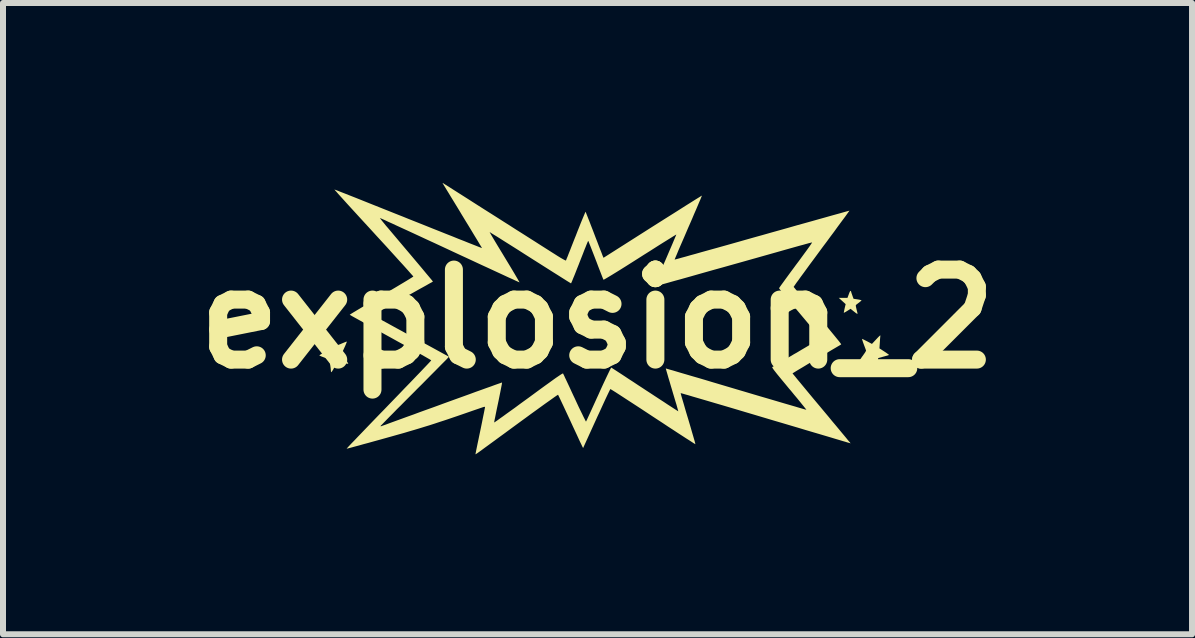
<source format=kicad_pcb>
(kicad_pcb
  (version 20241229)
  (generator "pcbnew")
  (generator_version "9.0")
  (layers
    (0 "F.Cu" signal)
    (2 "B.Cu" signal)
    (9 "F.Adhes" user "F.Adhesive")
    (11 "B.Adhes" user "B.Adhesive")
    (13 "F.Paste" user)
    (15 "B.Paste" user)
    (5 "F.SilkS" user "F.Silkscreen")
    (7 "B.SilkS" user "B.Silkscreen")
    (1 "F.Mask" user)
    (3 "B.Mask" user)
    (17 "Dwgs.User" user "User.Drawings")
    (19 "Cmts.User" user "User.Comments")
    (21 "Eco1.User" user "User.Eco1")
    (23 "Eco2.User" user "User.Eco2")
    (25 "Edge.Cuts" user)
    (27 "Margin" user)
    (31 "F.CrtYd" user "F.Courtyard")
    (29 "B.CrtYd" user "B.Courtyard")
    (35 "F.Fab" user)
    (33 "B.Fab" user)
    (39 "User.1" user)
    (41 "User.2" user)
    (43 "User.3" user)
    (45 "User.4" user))
  (footprint "explosion_2"
    (layer "F.Cu")
    (at 6.907 2.264)
    (property "Reference" "explosion_2" (at 0 0 0) (layer "F.SilkS") (effects (font (size 1.5 1.5) (thickness 0.3))))
    (attr board_only exclude_from_pos_files exclude_from_bom)
    (fp_poly (pts (xy 4.225 -0.458) (xy 4.228 -0.446) (xy 4.234 -0.426) (xy 4.244 -0.398) (xy 4.25 -0.38) (xy 4.267 -0.335) (xy 4.334 -0.325) (xy 4.364 -0.32) (xy 4.387 -0.314) (xy 4.399 -0.31) (xy 4.4 -0.309) (xy 4.394 -0.302) (xy 4.378 -0.288) (xy 4.362 -0.275) (xy 4.338 -0.257) (xy 4.319 -0.242) (xy 4.311 -0.236) (xy 4.306 -0.23) (xy 4.304 -0.219) (xy 4.307 -0.2) (xy 4.314 -0.17) (xy 4.316 -0.16) (xy 4.324 -0.129) (xy 4.33 -0.104) (xy 4.333 -0.09) (xy 4.333 -0.088) (xy 4.33 -0.084) (xy 4.32 -0.088) (xy 4.301 -0.101) (xy 4.272 -0.124) (xy 4.269 -0.126) (xy 4.217 -0.168) (xy 4.162 -0.133) (xy 4.136 -0.117) (xy 4.115 -0.106) (xy 4.105 -0.101) (xy 4.104 -0.101) (xy 4.105 -0.11) (xy 4.109 -0.131) (xy 4.115 -0.161) (xy 4.118 -0.175) (xy 4.135 -0.246) (xy 4.078 -0.298) (xy 4.021 -0.35) (xy 4.093 -0.35) (xy 4.165 -0.35) (xy 4.188 -0.412) (xy 4.201 -0.446) (xy 4.211 -0.464) (xy 4.218 -0.468)) (stroke (width 0) (type solid)) (fill yes) (layer "F.SilkS"))
    (fp_poly (pts (xy 4.714 0.282) (xy 4.713 0.287) (xy 4.711 0.306) (xy 4.708 0.337) (xy 4.706 0.374) (xy 4.704 0.402) (xy 4.698 0.491) (xy 4.778 0.543) (xy 4.81 0.564) (xy 4.835 0.582) (xy 4.852 0.595) (xy 4.858 0.6) (xy 4.851 0.604) (xy 4.83 0.611) (xy 4.8 0.619) (xy 4.768 0.628) (xy 4.678 0.653) (xy 4.663 0.745) (xy 4.654 0.796) (xy 4.648 0.83) (xy 4.641 0.85) (xy 4.634 0.854) (xy 4.625 0.845) (xy 4.612 0.822) (xy 4.595 0.786) (xy 4.591 0.777) (xy 4.573 0.738) (xy 4.559 0.711) (xy 4.546 0.694) (xy 4.53 0.687) (xy 4.508 0.686) (xy 4.476 0.689) (xy 4.438 0.695) (xy 4.404 0.7) (xy 4.378 0.703) (xy 4.362 0.704) (xy 4.36 0.704) (xy 4.363 0.697) (xy 4.375 0.679) (xy 4.393 0.653) (xy 4.415 0.621) (xy 4.416 0.621) (xy 4.439 0.588) (xy 4.458 0.561) (xy 4.47 0.54) (xy 4.475 0.53) (xy 4.472 0.519) (xy 4.464 0.496) (xy 4.452 0.464) (xy 4.438 0.427) (xy 4.425 0.391) (xy 4.415 0.361) (xy 4.409 0.341) (xy 4.409 0.333) (xy 4.409 0.333) (xy 4.419 0.337) (xy 4.44 0.347) (xy 4.469 0.362) (xy 4.495 0.375) (xy 4.573 0.417) (xy 4.645 0.34) (xy 4.675 0.308) (xy 4.695 0.288) (xy 4.707 0.278) (xy 4.713 0.276)) (stroke (width 0) (type solid)) (fill yes) (layer "F.SilkS"))
    (fp_poly (pts (xy -4.469 0.298) (xy -4.454 0.315) (xy -4.434 0.34) (xy -4.412 0.367) (xy -4.388 0.397) (xy -4.367 0.421) (xy -4.352 0.437) (xy -4.344 0.442) (xy -4.333 0.438) (xy -4.31 0.43) (xy -4.279 0.418) (xy -4.257 0.408) (xy -4.225 0.395) (xy -4.198 0.384) (xy -4.182 0.379) (xy -4.177 0.378) (xy -4.179 0.387) (xy -4.187 0.407) (xy -4.199 0.437) (xy -4.215 0.473) (xy -4.217 0.477) (xy -4.26 0.572) (xy -4.205 0.658) (xy -4.184 0.692) (xy -4.168 0.719) (xy -4.157 0.739) (xy -4.153 0.748) (xy -4.153 0.748) (xy -4.162 0.748) (xy -4.184 0.744) (xy -4.215 0.738) (xy -4.242 0.733) (xy -4.278 0.725) (xy -4.304 0.72) (xy -4.322 0.721) (xy -4.336 0.728) (xy -4.349 0.744) (xy -4.365 0.771) (xy -4.386 0.81) (xy -4.388 0.814) (xy -4.41 0.853) (xy -4.426 0.877) (xy -4.436 0.888) (xy -4.441 0.886) (xy -4.442 0.878) (xy -4.444 0.852) (xy -4.447 0.819) (xy -4.452 0.782) (xy -4.457 0.746) (xy -4.462 0.713) (xy -4.467 0.689) (xy -4.471 0.677) (xy -4.471 0.676) (xy -4.482 0.671) (xy -4.505 0.661) (xy -4.536 0.65) (xy -4.56 0.641) (xy -4.593 0.629) (xy -4.618 0.618) (xy -4.633 0.61) (xy -4.635 0.606) (xy -4.625 0.6) (xy -4.605 0.587) (xy -4.576 0.569) (xy -4.554 0.556) (xy -4.479 0.512) (xy -4.481 0.402) (xy -4.481 0.361) (xy -4.48 0.327) (xy -4.479 0.303) (xy -4.477 0.292) (xy -4.476 0.292)) (stroke (width 0) (type solid)) (fill yes) (layer "F.SilkS"))
    (fp_poly (pts (xy -2.567 -2.258) (xy -2.565 -2.256) (xy -2.555 -2.25) (xy -2.533 -2.236) (xy -2.498 -2.214) (xy -2.452 -2.185) (xy -2.396 -2.149) (xy -2.33 -2.107) (xy -2.256 -2.06) (xy -2.174 -2.008) (xy -2.085 -1.951) (xy -1.991 -1.891) (xy -1.892 -1.828) (xy -1.789 -1.763) (xy -1.683 -1.696) (xy -1.575 -1.627) (xy -1.466 -1.558) (xy -1.357 -1.488) (xy -1.249 -1.42) (xy -1.142 -1.352) (xy -1.038 -1.286) (xy -0.938 -1.222) (xy -0.842 -1.161) (xy -0.751 -1.103) (xy -0.722 -1.085) (xy -0.664 -1.048) (xy -0.615 -1.018) (xy -0.575 -0.995) (xy -0.547 -0.98) (xy -0.53 -0.973) (xy -0.526 -0.973) (xy -0.522 -0.982) (xy -0.513 -1.006) (xy -0.498 -1.041) (xy -0.48 -1.088) (xy -0.457 -1.145) (xy -0.432 -1.21) (xy -0.404 -1.281) (xy -0.374 -1.357) (xy -0.362 -1.386) (xy -0.332 -1.464) (xy -0.303 -1.536) (xy -0.277 -1.602) (xy -0.253 -1.66) (xy -0.233 -1.708) (xy -0.217 -1.746) (xy -0.206 -1.772) (xy -0.2 -1.784) (xy -0.199 -1.785) (xy -0.195 -1.776) (xy -0.186 -1.753) (xy -0.172 -1.718) (xy -0.154 -1.672) (xy -0.132 -1.617) (xy -0.108 -1.554) (xy -0.081 -1.485) (xy -0.058 -1.425) (xy -0.03 -1.351) (xy -0.003 -1.282) (xy 0.021 -1.218) (xy 0.043 -1.161) (xy 0.062 -1.114) (xy 0.076 -1.077) (xy 0.085 -1.053) (xy 0.089 -1.044) (xy 0.1 -1.018) (xy 0.918 -1.538) (xy 1.024 -1.605) (xy 1.127 -1.67) (xy 1.224 -1.731) (xy 1.316 -1.789) (xy 1.401 -1.843) (xy 1.478 -1.892) (xy 1.547 -1.935) (xy 1.607 -1.973) (xy 1.657 -2.004) (xy 1.696 -2.028) (xy 1.723 -2.045) (xy 1.738 -2.054) (xy 1.74 -2.055) (xy 1.737 -2.047) (xy 1.728 -2.025) (xy 1.714 -1.99) (xy 1.694 -1.944) (xy 1.67 -1.887) (xy 1.642 -1.821) (xy 1.61 -1.748) (xy 1.576 -1.667) (xy 1.539 -1.582) (xy 1.512 -1.521) (xy 1.474 -1.432) (xy 1.438 -1.348) (xy 1.404 -1.27) (xy 1.373 -1.199) (xy 1.346 -1.136) (xy 1.324 -1.082) (xy 1.306 -1.04) (xy 1.293 -1.009) (xy 1.286 -0.991) (xy 1.285 -0.988) (xy 1.293 -0.99) (xy 1.316 -0.996) (xy 1.354 -1.006) (xy 1.406 -1.021) (xy 1.47 -1.038) (xy 1.546 -1.06) (xy 1.634 -1.084) (xy 1.732 -1.112) (xy 1.84 -1.142) (xy 1.956 -1.174) (xy 2.081 -1.209) (xy 2.213 -1.246) (xy 2.351 -1.285) (xy 2.495 -1.326) (xy 2.644 -1.368) (xy 2.742 -1.395) (xy 2.893 -1.438) (xy 3.04 -1.479) (xy 3.182 -1.519) (xy 3.318 -1.558) (xy 3.448 -1.594) (xy 3.57 -1.628) (xy 3.683 -1.66) (xy 3.787 -1.689) (xy 3.882 -1.716) (xy 3.965 -1.739) (xy 4.038 -1.759) (xy 4.097 -1.776) (xy 4.144 -1.789) (xy 4.177 -1.798) (xy 4.195 -1.803) (xy 4.198 -1.804) (xy 4.194 -1.797) (xy 4.18 -1.778) (xy 4.158 -1.747) (xy 4.128 -1.705) (xy 4.09 -1.654) (xy 4.046 -1.595) (xy 3.996 -1.527) (xy 3.942 -1.452) (xy 3.882 -1.372) (xy 3.819 -1.286) (xy 3.752 -1.197) (xy 3.733 -1.171) (xy 3.666 -1.08) (xy 3.602 -0.993) (xy 3.541 -0.911) (xy 3.485 -0.834) (xy 3.434 -0.764) (xy 3.388 -0.702) (xy 3.349 -0.647) (xy 3.316 -0.603) (xy 3.292 -0.568) (xy 3.276 -0.545) (xy 3.269 -0.534) (xy 3.268 -0.533) (xy 3.274 -0.526) (xy 3.29 -0.507) (xy 3.314 -0.477) (xy 3.347 -0.438) (xy 3.387 -0.39) (xy 3.434 -0.334) (xy 3.487 -0.272) (xy 3.544 -0.203) (xy 3.605 -0.131) (xy 3.67 -0.054) (xy 3.734 0.022) (xy 3.795 0.095) (xy 3.852 0.163) (xy 3.903 0.225) (xy 3.949 0.281) (xy 3.988 0.329) (xy 4.02 0.368) (xy 4.043 0.398) (xy 4.057 0.417) (xy 4.061 0.424) (xy 4.061 0.424) (xy 4.053 0.43) (xy 4.032 0.443) (xy 3.999 0.462) (xy 3.955 0.488) (xy 3.902 0.519) (xy 3.842 0.555) (xy 3.775 0.595) (xy 3.703 0.637) (xy 3.652 0.667) (xy 3.578 0.711) (xy 3.507 0.752) (xy 3.443 0.791) (xy 3.386 0.825) (xy 3.337 0.854) (xy 3.298 0.878) (xy 3.27 0.895) (xy 3.253 0.906) (xy 3.25 0.908) (xy 3.255 0.915) (xy 3.271 0.934) (xy 3.295 0.963) (xy 3.327 1.003) (xy 3.368 1.052) (xy 3.415 1.109) (xy 3.468 1.173) (xy 3.526 1.243) (xy 3.589 1.319) (xy 3.656 1.399) (xy 3.709 1.462) (xy 3.779 1.546) (xy 3.846 1.626) (xy 3.909 1.703) (xy 3.969 1.774) (xy 4.023 1.839) (xy 4.071 1.897) (xy 4.112 1.946) (xy 4.146 1.987) (xy 4.171 2.018) (xy 4.187 2.037) (xy 4.193 2.043) (xy 4.218 2.074) (xy 4.173 2.061) (xy 4.161 2.058) (xy 4.133 2.049) (xy 4.091 2.037) (xy 4.035 2.02) (xy 3.967 2) (xy 3.888 1.976) (xy 3.797 1.949) (xy 3.696 1.919) (xy 3.587 1.887) (xy 3.469 1.852) (xy 3.343 1.814) (xy 3.211 1.775) (xy 3.073 1.734) (xy 2.93 1.692) (xy 2.783 1.648) (xy 2.759 1.641) (xy 2.612 1.597) (xy 2.47 1.555) (xy 2.333 1.514) (xy 2.202 1.475) (xy 2.077 1.438) (xy 1.96 1.404) (xy 1.852 1.372) (xy 1.753 1.343) (xy 1.664 1.317) (xy 1.585 1.294) (xy 1.519 1.274) (xy 1.465 1.259) (xy 1.424 1.247) (xy 1.398 1.24) (xy 1.386 1.237) (xy 1.386 1.237) (xy 1.387 1.245) (xy 1.393 1.268) (xy 1.403 1.304) (xy 1.417 1.351) (xy 1.434 1.408) (xy 1.453 1.474) (xy 1.474 1.547) (xy 1.498 1.626) (xy 1.509 1.662) (xy 1.533 1.743) (xy 1.555 1.818) (xy 1.575 1.888) (xy 1.593 1.949) (xy 1.608 2.001) (xy 1.62 2.042) (xy 1.627 2.071) (xy 1.631 2.086) (xy 1.631 2.088) (xy 1.624 2.084) (xy 1.603 2.072) (xy 1.571 2.051) (xy 1.528 2.023) (xy 1.474 1.989) (xy 1.411 1.948) (xy 1.34 1.902) (xy 1.261 1.85) (xy 1.176 1.795) (xy 1.086 1.735) (xy 0.991 1.673) (xy 0.924 1.629) (xy 0.827 1.565) (xy 0.733 1.503) (xy 0.644 1.445) (xy 0.561 1.391) (xy 0.484 1.341) (xy 0.415 1.296) (xy 0.355 1.257) (xy 0.304 1.224) (xy 0.264 1.199) (xy 0.235 1.181) (xy 0.218 1.171) (xy 0.214 1.169) (xy 0.21 1.177) (xy 0.199 1.198) (xy 0.182 1.233) (xy 0.16 1.279) (xy 0.134 1.334) (xy 0.104 1.399) (xy 0.071 1.471) (xy 0.035 1.55) (xy -0.004 1.633) (xy -0.017 1.662) (xy -0.24 2.152) (xy -0.257 2.12) (xy -0.263 2.106) (xy -0.276 2.079) (xy -0.295 2.04) (xy -0.318 1.99) (xy -0.345 1.931) (xy -0.376 1.865) (xy -0.41 1.792) (xy -0.445 1.716) (xy -0.462 1.679) (xy -0.498 1.602) (xy -0.532 1.529) (xy -0.563 1.462) (xy -0.591 1.403) (xy -0.615 1.352) (xy -0.634 1.312) (xy -0.648 1.283) (xy -0.656 1.267) (xy -0.658 1.264) (xy -0.665 1.268) (xy -0.685 1.281) (xy -0.717 1.303) (xy -0.759 1.333) (xy -0.811 1.37) (xy -0.872 1.413) (xy -0.941 1.463) (xy -1.017 1.518) (xy -1.099 1.577) (xy -1.186 1.641) (xy -1.278 1.708) (xy -1.338 1.752) (xy -1.45 1.834) (xy -1.549 1.907) (xy -1.637 1.971) (xy -1.713 2.027) (xy -1.779 2.075) (xy -1.835 2.116) (xy -1.882 2.15) (xy -1.921 2.179) (xy -1.953 2.202) (xy -1.978 2.22) (xy -1.997 2.234) (xy -2.012 2.244) (xy -2.022 2.25) (xy -2.028 2.254) (xy -2.032 2.256) (xy -2.033 2.256) (xy -2.034 2.255) (xy -2.033 2.253) (xy -2.033 2.253) (xy -2.032 2.244) (xy -2.027 2.22) (xy -2.02 2.183) (xy -2.01 2.134) (xy -1.998 2.076) (xy -1.984 2.01) (xy -1.969 1.937) (xy -1.954 1.866) (xy -1.938 1.788) (xy -1.923 1.715) (xy -1.91 1.649) (xy -1.898 1.591) (xy -1.888 1.542) (xy -1.881 1.505) (xy -1.876 1.481) (xy -1.875 1.472) (xy -1.877 1.466) (xy -1.886 1.465) (xy -1.904 1.47) (xy -1.931 1.479) (xy -2.077 1.529) (xy -2.209 1.575) (xy -2.328 1.616) (xy -2.437 1.653) (xy -2.537 1.687) (xy -2.63 1.717) (xy -2.717 1.746) (xy -2.801 1.773) (xy -2.883 1.798) (xy -2.964 1.823) (xy -3.047 1.848) (xy -3.133 1.873) (xy -3.223 1.9) (xy -3.32 1.927) (xy -3.426 1.957) (xy -3.537 1.988) (xy -3.637 2.016) (xy -3.732 2.042) (xy -3.821 2.067) (xy -3.904 2.089) (xy -3.977 2.11) (xy -4.042 2.127) (xy -4.096 2.142) (xy -4.137 2.153) (xy -4.166 2.16) (xy -4.18 2.163) (xy -4.181 2.163) (xy -4.176 2.157) (xy -4.16 2.139) (xy -4.134 2.111) (xy -4.098 2.073) (xy -4.053 2.027) (xy -4 1.971) (xy -3.94 1.909) (xy -3.873 1.839) (xy -3.8 1.763) (xy -3.722 1.682) (xy -3.639 1.596) (xy -3.552 1.507) (xy -3.478 1.43) (xy -3.388 1.337) (xy -3.302 1.248) (xy -3.22 1.162) (xy -3.142 1.082) (xy -3.07 1.007) (xy -3.004 0.938) (xy -2.944 0.876) (xy -2.893 0.822) (xy -2.849 0.776) (xy -2.814 0.739) (xy -2.789 0.712) (xy -2.775 0.696) (xy -2.771 0.691) (xy -2.778 0.686) (xy -2.799 0.673) (xy -2.832 0.654) (xy -2.877 0.628) (xy -2.932 0.597) (xy -2.997 0.56) (xy -3.071 0.519) (xy -3.152 0.474) (xy -3.24 0.425) (xy -3.333 0.374) (xy -3.43 0.32) (xy -3.45 0.309) (xy -3.548 0.255) (xy -3.642 0.203) (xy -3.731 0.154) (xy -3.813 0.108) (xy -3.888 0.067) (xy -3.955 0.029) (xy -4.013 -0.003) (xy -4.06 -0.029) (xy -4.096 -0.049) (xy -4.11 -0.058) (xy -3.736 -0.058) (xy -3.728 -0.053) (xy -3.706 -0.041) (xy -3.672 -0.022) (xy -3.626 0.003) (xy -3.57 0.034) (xy -3.505 0.069) (xy -3.431 0.11) (xy -3.351 0.154) (xy -3.264 0.201) (xy -3.173 0.251) (xy -3.104 0.288) (xy -3.01 0.339) (xy -2.92 0.388) (xy -2.835 0.434) (xy -2.756 0.477) (xy -2.685 0.516) (xy -2.623 0.55) (xy -2.57 0.579) (xy -2.528 0.602) (xy -2.497 0.619) (xy -2.48 0.628) (xy -2.475 0.631) (xy -2.481 0.637) (xy -2.497 0.654) (xy -2.523 0.682) (xy -2.559 0.718) (xy -2.604 0.763) (xy -2.656 0.816) (xy -2.715 0.876) (xy -2.781 0.942) (xy -2.852 1.014) (xy -2.927 1.09) (xy -3.007 1.169) (xy -3.044 1.207) (xy -3.125 1.288) (xy -3.203 1.366) (xy -3.276 1.44) (xy -3.345 1.508) (xy -3.407 1.572) (xy -3.463 1.628) (xy -3.512 1.678) (xy -3.552 1.719) (xy -3.583 1.751) (xy -3.605 1.773) (xy -3.616 1.785) (xy -3.617 1.786) (xy -3.61 1.79) (xy -3.602 1.788) (xy -3.593 1.784) (xy -3.568 1.775) (xy -3.53 1.762) (xy -3.48 1.743) (xy -3.417 1.72) (xy -3.343 1.693) (xy -3.26 1.663) (xy -3.167 1.629) (xy -3.066 1.593) (xy -2.959 1.553) (xy -2.845 1.512) (xy -2.725 1.469) (xy -2.602 1.424) (xy -2.592 1.42) (xy -2.468 1.375) (xy -2.349 1.332) (xy -2.235 1.291) (xy -2.127 1.252) (xy -2.027 1.215) (xy -1.934 1.182) (xy -1.851 1.152) (xy -1.777 1.126) (xy -1.715 1.103) (xy -1.664 1.085) (xy -1.626 1.072) (xy -1.601 1.063) (xy -1.591 1.06) (xy -1.591 1.06) (xy -1.592 1.069) (xy -1.595 1.092) (xy -1.602 1.127) (xy -1.611 1.174) (xy -1.622 1.23) (xy -1.635 1.294) (xy -1.649 1.364) (xy -1.655 1.392) (xy -1.67 1.463) (xy -1.684 1.53) (xy -1.696 1.59) (xy -1.706 1.641) (xy -1.715 1.682) (xy -1.72 1.711) (xy -1.722 1.726) (xy -1.723 1.727) (xy -1.716 1.723) (xy -1.696 1.71) (xy -1.666 1.689) (xy -1.625 1.659) (xy -1.574 1.623) (xy -1.515 1.58) (xy -1.448 1.532) (xy -1.374 1.479) (xy -1.296 1.421) (xy -1.212 1.36) (xy -1.151 1.316) (xy -1.045 1.238) (xy -0.951 1.169) (xy -0.87 1.11) (xy -0.8 1.06) (xy -0.741 1.017) (xy -0.692 0.982) (xy -0.652 0.955) (xy -0.621 0.934) (xy -0.599 0.92) (xy -0.584 0.912) (xy -0.576 0.909) (xy -0.574 0.909) (xy -0.57 0.919) (xy -0.558 0.942) (xy -0.542 0.978) (xy -0.52 1.024) (xy -0.494 1.079) (xy -0.464 1.143) (xy -0.432 1.213) (xy -0.397 1.288) (xy -0.382 1.319) (xy -0.347 1.395) (xy -0.314 1.466) (xy -0.283 1.53) (xy -0.255 1.587) (xy -0.232 1.635) (xy -0.213 1.672) (xy -0.2 1.698) (xy -0.193 1.71) (xy -0.191 1.711) (xy -0.187 1.702) (xy -0.176 1.68) (xy -0.16 1.645) (xy -0.139 1.599) (xy -0.113 1.543) (xy -0.084 1.479) (xy -0.051 1.407) (xy -0.016 1.33) (xy 0.018 1.256) (xy 0.054 1.175) (xy 0.089 1.099) (xy 0.122 1.029) (xy 0.151 0.967) (xy 0.177 0.913) (xy 0.198 0.869) (xy 0.214 0.837) (xy 0.225 0.817) (xy 0.229 0.811) (xy 0.237 0.816) (xy 0.258 0.83) (xy 0.291 0.851) (xy 0.334 0.879) (xy 0.388 0.914) (xy 0.449 0.954) (xy 0.518 1) (xy 0.594 1.049) (xy 0.675 1.103) (xy 0.761 1.159) (xy 0.791 1.179) (xy 0.877 1.235) (xy 0.959 1.289) (xy 1.037 1.34) (xy 1.108 1.386) (xy 1.171 1.428) (xy 1.227 1.464) (xy 1.273 1.494) (xy 1.309 1.517) (xy 1.333 1.532) (xy 1.345 1.54) (xy 1.346 1.54) (xy 1.344 1.532) (xy 1.338 1.509) (xy 1.328 1.474) (xy 1.315 1.427) (xy 1.298 1.372) (xy 1.279 1.308) (xy 1.258 1.238) (xy 1.242 1.183) (xy 1.22 1.11) (xy 1.2 1.041) (xy 1.181 0.979) (xy 1.166 0.926) (xy 1.153 0.882) (xy 1.144 0.85) (xy 1.139 0.831) (xy 1.138 0.826) (xy 1.146 0.828) (xy 1.169 0.835) (xy 1.207 0.846) (xy 1.258 0.86) (xy 1.321 0.879) (xy 1.395 0.901) (xy 1.481 0.926) (xy 1.576 0.954) (xy 1.68 0.984) (xy 1.792 1.017) (xy 1.911 1.053) (xy 2.036 1.09) (xy 2.167 1.129) (xy 2.302 1.169) (xy 2.308 1.171) (xy 2.444 1.211) (xy 2.575 1.25) (xy 2.7 1.287) (xy 2.82 1.322) (xy 2.932 1.355) (xy 3.037 1.386) (xy 3.132 1.414) (xy 3.218 1.439) (xy 3.294 1.461) (xy 3.357 1.48) (xy 3.409 1.495) (xy 3.447 1.506) (xy 3.471 1.512) (xy 3.48 1.514) (xy 3.48 1.514) (xy 3.476 1.507) (xy 3.461 1.489) (xy 3.438 1.46) (xy 3.407 1.422) (xy 3.37 1.376) (xy 3.326 1.322) (xy 3.277 1.264) (xy 3.225 1.2) (xy 3.192 1.162) (xy 3.128 1.084) (xy 3.073 1.018) (xy 3.028 0.963) (xy 2.991 0.918) (xy 2.963 0.882) (xy 2.941 0.854) (xy 2.926 0.833) (xy 2.917 0.819) (xy 2.912 0.809) (xy 2.912 0.804) (xy 2.913 0.803) (xy 2.922 0.797) (xy 2.945 0.784) (xy 2.979 0.763) (xy 3.023 0.737) (xy 3.076 0.706) (xy 3.137 0.67) (xy 3.204 0.63) (xy 3.276 0.587) (xy 3.321 0.562) (xy 3.394 0.518) (xy 3.464 0.477) (xy 3.528 0.439) (xy 3.584 0.405) (xy 3.632 0.377) (xy 3.671 0.353) (xy 3.698 0.336) (xy 3.714 0.327) (xy 3.716 0.324) (xy 3.711 0.317) (xy 3.696 0.299) (xy 3.672 0.269) (xy 3.64 0.231) (xy 3.601 0.184) (xy 3.555 0.129) (xy 3.504 0.068) (xy 3.449 0.002) (xy 3.39 -0.068) (xy 3.371 -0.091) (xy 3.311 -0.162) (xy 3.254 -0.23) (xy 3.202 -0.293) (xy 3.155 -0.35) (xy 3.113 -0.4) (xy 3.079 -0.442) (xy 3.052 -0.475) (xy 3.034 -0.498) (xy 3.026 -0.51) (xy 3.025 -0.511) (xy 3.03 -0.519) (xy 3.044 -0.54) (xy 3.066 -0.571) (xy 3.096 -0.612) (xy 3.132 -0.662) (xy 3.173 -0.718) (xy 3.219 -0.781) (xy 3.269 -0.848) (xy 3.304 -0.896) (xy 3.356 -0.965) (xy 3.404 -1.031) (xy 3.448 -1.091) (xy 3.487 -1.144) (xy 3.52 -1.19) (xy 3.546 -1.227) (xy 3.564 -1.254) (xy 3.574 -1.27) (xy 3.576 -1.273) (xy 3.574 -1.273) (xy 3.571 -1.273) (xy 3.565 -1.272) (xy 3.555 -1.27) (xy 3.542 -1.266) (xy 3.523 -1.262) (xy 3.499 -1.255) (xy 3.469 -1.247) (xy 3.431 -1.236) (xy 3.385 -1.224) (xy 3.331 -1.209) (xy 3.267 -1.191) (xy 3.192 -1.17) (xy 3.107 -1.146) (xy 3.009 -1.118) (xy 2.899 -1.087) (xy 2.775 -1.052) (xy 2.637 -1.013) (xy 2.484 -0.97) (xy 2.442 -0.958) (xy 2.26 -0.907) (xy 2.093 -0.86) (xy 1.941 -0.818) (xy 1.803 -0.779) (xy 1.679 -0.744) (xy 1.567 -0.712) (xy 1.467 -0.684) (xy 1.379 -0.659) (xy 1.301 -0.638) (xy 1.233 -0.619) (xy 1.174 -0.602) (xy 1.124 -0.588) (xy 1.082 -0.577) (xy 1.047 -0.567) (xy 1.019 -0.56) (xy 0.997 -0.554) (xy 0.98 -0.549) (xy 0.967 -0.546) (xy 0.959 -0.544) (xy 0.954 -0.543) (xy 0.951 -0.543) (xy 0.95 -0.543) (xy 0.952 -0.551) (xy 0.96 -0.573) (xy 0.974 -0.607) (xy 0.993 -0.653) (xy 1.016 -0.708) (xy 1.042 -0.772) (xy 1.072 -0.842) (xy 1.105 -0.918) (xy 1.13 -0.975) (xy 1.164 -1.054) (xy 1.196 -1.129) (xy 1.226 -1.198) (xy 1.252 -1.259) (xy 1.274 -1.312) (xy 1.292 -1.354) (xy 1.305 -1.385) (xy 1.312 -1.402) (xy 1.313 -1.406) (xy 1.306 -1.402) (xy 1.286 -1.39) (xy 1.253 -1.37) (xy 1.21 -1.343) (xy 1.157 -1.31) (xy 1.094 -1.271) (xy 1.024 -1.227) (xy 0.947 -1.178) (xy 0.864 -1.125) (xy 0.776 -1.07) (xy 0.707 -1.026) (xy 0.589 -0.951) (xy 0.483 -0.884) (xy 0.389 -0.825) (xy 0.308 -0.775) (xy 0.24 -0.733) (xy 0.185 -0.7) (xy 0.143 -0.675) (xy 0.115 -0.659) (xy 0.101 -0.653) (xy 0.099 -0.653) (xy 0.095 -0.662) (xy 0.085 -0.686) (xy 0.071 -0.722) (xy 0.053 -0.768) (xy 0.032 -0.822) (xy 0.008 -0.884) (xy -0.017 -0.951) (xy -0.025 -0.971) (xy -0.051 -1.039) (xy -0.076 -1.103) (xy -0.098 -1.16) (xy -0.117 -1.209) (xy -0.133 -1.248) (xy -0.144 -1.276) (xy -0.149 -1.29) (xy -0.15 -1.291) (xy -0.152 -1.295) (xy -0.153 -1.297) (xy -0.155 -1.298) (xy -0.157 -1.296) (xy -0.161 -1.29) (xy -0.166 -1.278) (xy -0.174 -1.259) (xy -0.185 -1.233) (xy -0.199 -1.197) (xy -0.218 -1.151) (xy -0.24 -1.093) (xy -0.268 -1.022) (xy -0.301 -0.938) (xy -0.308 -0.919) (xy -0.336 -0.849) (xy -0.361 -0.785) (xy -0.384 -0.727) (xy -0.405 -0.677) (xy -0.421 -0.637) (xy -0.433 -0.609) (xy -0.44 -0.594) (xy -0.441 -0.592) (xy -0.449 -0.596) (xy -0.47 -0.609) (xy -0.503 -0.629) (xy -0.547 -0.657) (xy -0.601 -0.691) (xy -0.664 -0.731) (xy -0.736 -0.776) (xy -0.815 -0.826) (xy -0.9 -0.88) (xy -0.99 -0.937) (xy -1.085 -0.997) (xy -1.121 -1.02) (xy -1.217 -1.081) (xy -1.309 -1.14) (xy -1.396 -1.195) (xy -1.477 -1.246) (xy -1.552 -1.293) (xy -1.618 -1.335) (xy -1.675 -1.371) (xy -1.723 -1.4) (xy -1.76 -1.423) (xy -1.785 -1.439) (xy -1.797 -1.446) (xy -1.798 -1.446) (xy -1.794 -1.439) (xy -1.783 -1.419) (xy -1.764 -1.386) (xy -1.739 -1.344) (xy -1.708 -1.292) (xy -1.672 -1.232) (xy -1.632 -1.166) (xy -1.588 -1.094) (xy -1.547 -1.026) (xy -1.501 -0.95) (xy -1.458 -0.879) (xy -1.419 -0.814) (xy -1.384 -0.755) (xy -1.354 -0.704) (xy -1.33 -0.663) (xy -1.313 -0.633) (xy -1.302 -0.614) (xy -1.3 -0.608) (xy -1.308 -0.612) (xy -1.331 -0.622) (xy -1.367 -0.638) (xy -1.415 -0.661) (xy -1.476 -0.688) (xy -1.547 -0.721) (xy -1.629 -0.759) (xy -1.72 -0.801) (xy -1.819 -0.847) (xy -1.926 -0.896) (xy -2.04 -0.949) (xy -2.16 -1.005) (xy -2.286 -1.063) (xy -2.415 -1.123) (xy -2.464 -1.146) (xy -2.595 -1.207) (xy -2.722 -1.266) (xy -2.844 -1.322) (xy -2.96 -1.376) (xy -3.07 -1.427) (xy -3.172 -1.474) (xy -3.266 -1.517) (xy -3.351 -1.556) (xy -3.426 -1.591) (xy -3.491 -1.62) (xy -3.543 -1.645) (xy -3.584 -1.663) (xy -3.611 -1.675) (xy -3.625 -1.681) (xy -3.626 -1.681) (xy -3.622 -1.675) (xy -3.609 -1.657) (xy -3.588 -1.63) (xy -3.56 -1.596) (xy -3.527 -1.555) (xy -3.494 -1.517) (xy -3.387 -1.39) (xy -3.29 -1.275) (xy -3.203 -1.172) (xy -3.125 -1.08) (xy -3.056 -0.998) (xy -2.996 -0.927) (xy -2.943 -0.864) (xy -2.898 -0.81) (xy -2.86 -0.764) (xy -2.828 -0.726) (xy -2.802 -0.695) (xy -2.781 -0.67) (xy -2.765 -0.651) (xy -2.754 -0.637) (xy -2.747 -0.628) (xy -2.744 -0.623) (xy -2.743 -0.621) (xy -2.751 -0.617) (xy -2.771 -0.605) (xy -2.805 -0.587) (xy -2.848 -0.562) (xy -2.902 -0.532) (xy -2.964 -0.498) (xy -3.033 -0.459) (xy -3.108 -0.417) (xy -3.188 -0.373) (xy -3.271 -0.327) (xy -3.356 -0.279) (xy -3.442 -0.231) (xy -3.528 -0.183) (xy -3.613 -0.136) (xy -3.615 -0.135) (xy -3.656 -0.112) (xy -3.691 -0.091) (xy -3.717 -0.074) (xy -3.732 -0.063) (xy -3.736 -0.058) (xy -4.11 -0.058) (xy -4.119 -0.063) (xy -4.129 -0.069) (xy -4.129 -0.069) (xy -4.122 -0.074) (xy -4.102 -0.087) (xy -4.07 -0.107) (xy -4.026 -0.133) (xy -3.973 -0.165) (xy -3.911 -0.202) (xy -3.841 -0.244) (xy -3.765 -0.289) (xy -3.683 -0.337) (xy -3.6 -0.386) (xy -3.515 -0.437) (xy -3.433 -0.485) (xy -3.357 -0.53) (xy -3.287 -0.572) (xy -3.225 -0.609) (xy -3.172 -0.641) (xy -3.128 -0.668) (xy -3.096 -0.688) (xy -3.076 -0.701) (xy -3.069 -0.706) (xy -3.074 -0.713) (xy -3.09 -0.731) (xy -3.116 -0.76) (xy -3.151 -0.8) (xy -3.194 -0.848) (xy -3.245 -0.905) (xy -3.304 -0.969) (xy -3.368 -1.04) (xy -3.439 -1.118) (xy -3.514 -1.201) (xy -3.594 -1.288) (xy -3.678 -1.379) (xy -3.728 -1.434) (xy -3.813 -1.527) (xy -3.895 -1.616) (xy -3.973 -1.701) (xy -4.047 -1.782) (xy -4.115 -1.856) (xy -4.177 -1.924) (xy -4.232 -1.985) (xy -4.28 -2.038) (xy -4.32 -2.082) (xy -4.35 -2.117) (xy -4.372 -2.141) (xy -4.383 -2.154) (xy -4.384 -2.156) (xy -4.376 -2.153) (xy -4.353 -2.145) (xy -4.317 -2.131) (xy -4.267 -2.111) (xy -4.205 -2.087) (xy -4.132 -2.058) (xy -4.048 -2.025) (xy -3.955 -1.988) (xy -3.853 -1.947) (xy -3.743 -1.903) (xy -3.625 -1.856) (xy -3.502 -1.807) (xy -3.372 -1.755) (xy -3.238 -1.702) (xy -3.152 -1.667) (xy -3.016 -1.613) (xy -2.883 -1.56) (xy -2.756 -1.509) (xy -2.635 -1.461) (xy -2.52 -1.415) (xy -2.413 -1.373) (xy -2.315 -1.333) (xy -2.225 -1.298) (xy -2.146 -1.266) (xy -2.077 -1.239) (xy -2.021 -1.217) (xy -1.976 -1.199) (xy -1.945 -1.187) (xy -1.928 -1.181) (xy -1.925 -1.18) (xy -1.929 -1.187) (xy -1.941 -1.208) (xy -1.961 -1.24) (xy -1.987 -1.284) (xy -2.019 -1.337) (xy -2.057 -1.399) (xy -2.099 -1.469) (xy -2.145 -1.545) (xy -2.195 -1.626) (xy -2.247 -1.712) (xy -2.251 -1.718) (xy -2.303 -1.805) (xy -2.353 -1.887) (xy -2.4 -1.964) (xy -2.443 -2.034) (xy -2.481 -2.097) (xy -2.515 -2.152) (xy -2.542 -2.197) (xy -2.563 -2.231) (xy -2.576 -2.253) (xy -2.582 -2.262) (xy -2.582 -2.263) (xy -2.579 -2.264)) (stroke (width 0) (type solid)) (fill yes) (layer "F.SilkS")))
  (gr_rect
    (start -3 -3)
    (end 16.814 7.52)
    (stroke (width 0.1) (type default))
    (fill no)
    (layer "Edge.Cuts")))
</source>
